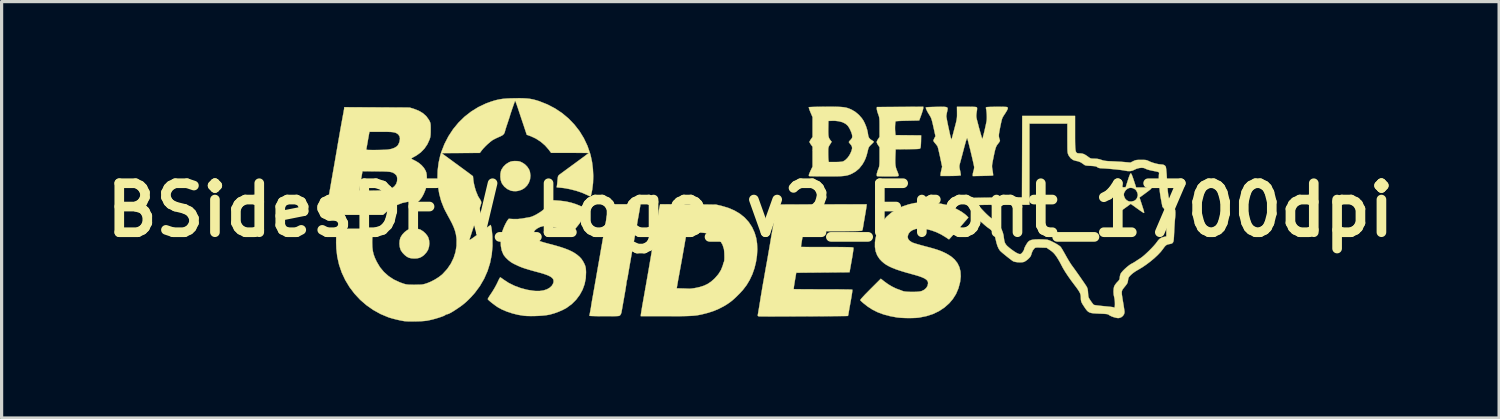
<source format=kicad_pcb>
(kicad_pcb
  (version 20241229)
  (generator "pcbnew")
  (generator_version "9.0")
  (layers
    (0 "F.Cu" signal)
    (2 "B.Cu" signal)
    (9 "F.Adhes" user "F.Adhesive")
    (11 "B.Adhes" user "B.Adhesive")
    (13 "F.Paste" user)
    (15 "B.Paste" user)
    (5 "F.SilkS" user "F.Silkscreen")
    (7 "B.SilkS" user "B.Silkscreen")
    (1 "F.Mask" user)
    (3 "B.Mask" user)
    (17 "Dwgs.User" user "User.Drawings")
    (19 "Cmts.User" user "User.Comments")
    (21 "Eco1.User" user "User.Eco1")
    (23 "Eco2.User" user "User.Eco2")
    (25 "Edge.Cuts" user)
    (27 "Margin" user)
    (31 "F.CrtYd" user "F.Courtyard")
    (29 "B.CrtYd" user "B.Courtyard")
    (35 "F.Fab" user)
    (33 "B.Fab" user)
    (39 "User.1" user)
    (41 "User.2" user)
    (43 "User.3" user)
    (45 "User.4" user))
  (footprint "BSidesDFW_Logo_v2_Front_1700dpi"
    (layer "F.Cu")
    (at 20.291 3.484)
    (property "Reference" "BSidesDFW_Logo_v2_Front_1700dpi" (at 0 0 0) (layer "F.SilkS") (effects (font (size 1.524 1.524) (thickness 0.3))))
    (attr through_hole)
    (fp_poly (pts (xy -7.243 -1.522) (xy -7.193 -1.515) (xy -7.146 -1.5) (xy -7.098 -1.477) (xy -7.013 -1.422) (xy -6.94 -1.348) (xy -6.885 -1.265) (xy -6.857 -1.191) (xy -6.842 -1.071) (xy -6.853 -0.958) (xy -6.889 -0.853) (xy -6.947 -0.762) (xy -7.024 -0.686) (xy -7.117 -0.63) (xy -7.226 -0.596) (xy -7.291 -0.588) (xy -7.36 -0.589) (xy -7.424 -0.597) (xy -7.451 -0.603) (xy -7.56 -0.654) (xy -7.651 -0.726) (xy -7.721 -0.818) (xy -7.742 -0.859) (xy -7.767 -0.94) (xy -7.777 -1.034) (xy -7.774 -1.13) (xy -7.757 -1.217) (xy -7.741 -1.259) (xy -7.682 -1.349) (xy -7.601 -1.428) (xy -7.508 -1.486) (xy -7.455 -1.507) (xy -7.404 -1.519) (xy -7.341 -1.524) (xy -7.31 -1.524) (xy -7.243 -1.522)) (stroke (width 0.01) (type solid)) (fill yes) (layer "F.SilkS"))
    (fp_poly (pts (xy -10.364 0.581) (xy -10.277 0.604) (xy -10.257 0.613) (xy -10.175 0.665) (xy -10.1 0.734) (xy -10.041 0.812) (xy -10.021 0.849) (xy -9.994 0.939) (xy -9.986 1.041) (xy -9.997 1.143) (xy -10.027 1.236) (xy -10.03 1.243) (xy -10.08 1.322) (xy -10.147 1.395) (xy -10.222 1.452) (xy -10.29 1.485) (xy -10.366 1.502) (xy -10.455 1.507) (xy -10.545 1.501) (xy -10.62 1.484) (xy -10.686 1.45) (xy -10.755 1.395) (xy -10.818 1.33) (xy -10.866 1.261) (xy -10.879 1.237) (xy -10.906 1.147) (xy -10.916 1.047) (xy -10.909 0.947) (xy -10.885 0.859) (xy -10.878 0.845) (xy -10.826 0.763) (xy -10.756 0.688) (xy -10.679 0.628) (xy -10.641 0.608) (xy -10.558 0.583) (xy -10.462 0.574) (xy -10.364 0.581)) (stroke (width 0.01) (type solid)) (fill yes) (layer "F.SilkS"))
    (fp_poly (pts (xy 5.378 -3.171) (xy 5.373 -3.142) (xy 5.359 -3.091) (xy 5.339 -3.027) (xy 5.315 -2.958) (xy 5.252 -2.787) (xy 4.891 -2.779) (xy 4.79 -2.777) (xy 4.699 -2.774) (xy 4.623 -2.771) (xy 4.565 -2.767) (xy 4.529 -2.764) (xy 4.521 -2.763) (xy 4.512 -2.74) (xy 4.506 -2.695) (xy 4.502 -2.634) (xy 4.5 -2.566) (xy 4.501 -2.498) (xy 4.504 -2.445) (xy 4.515 -2.331) (xy 4.913 -2.327) (xy 5.312 -2.323) (xy 5.309 -2.141) (xy 5.306 -2.067) (xy 5.302 -2.003) (xy 5.296 -1.954) (xy 5.29 -1.928) (xy 5.283 -1.919) (xy 5.273 -1.912) (xy 5.256 -1.906) (xy 5.228 -1.902) (xy 5.185 -1.899) (xy 5.124 -1.897) (xy 5.041 -1.896) (xy 4.934 -1.894) (xy 4.897 -1.894) (xy 4.52 -1.89) (xy 4.51 -1.666) (xy 4.507 -1.554) (xy 4.508 -1.464) (xy 4.514 -1.39) (xy 4.527 -1.325) (xy 4.547 -1.261) (xy 4.575 -1.193) (xy 4.576 -1.192) (xy 4.596 -1.14) (xy 4.609 -1.096) (xy 4.612 -1.07) (xy 4.612 -1.069) (xy 4.605 -1.061) (xy 4.59 -1.055) (xy 4.562 -1.051) (xy 4.518 -1.048) (xy 4.454 -1.047) (xy 4.367 -1.046) (xy 4.276 -1.046) (xy 4.18 -1.046) (xy 4.095 -1.048) (xy 4.023 -1.049) (xy 3.972 -1.052) (xy 3.943 -1.055) (xy 3.939 -1.056) (xy 3.93 -1.086) (xy 3.935 -1.138) (xy 3.956 -1.21) (xy 3.974 -1.26) (xy 3.99 -1.299) (xy 4.001 -1.333) (xy 4.009 -1.366) (xy 4.014 -1.404) (xy 4.017 -1.453) (xy 4.019 -1.518) (xy 4.019 -1.604) (xy 4.019 -1.662) (xy 4.019 -1.953) (xy 3.975 -2.019) (xy 3.949 -2.062) (xy 3.933 -2.099) (xy 3.93 -2.114) (xy 3.938 -2.143) (xy 3.959 -2.185) (xy 3.975 -2.21) (xy 4.019 -2.276) (xy 4.019 -2.571) (xy 4.019 -2.672) (xy 4.018 -2.749) (xy 4.016 -2.808) (xy 4.012 -2.853) (xy 4.006 -2.89) (xy 3.997 -2.925) (xy 3.984 -2.963) (xy 3.974 -2.99) (xy 3.953 -3.052) (xy 3.939 -3.109) (xy 3.932 -3.15) (xy 3.933 -3.159) (xy 3.937 -3.205) (xy 4.658 -3.209) (xy 5.379 -3.213) (xy 5.378 -3.171)) (stroke (width 0.01) (type solid)) (fill yes) (layer "F.SilkS"))
    (fp_poly (pts (xy -3.771 -0.179) (xy -3.659 -0.178) (xy -3.571 -0.177) (xy -3.506 -0.175) (xy -3.462 -0.172) (xy -3.434 -0.168) (xy -3.423 -0.163) (xy -3.422 -0.161) (xy -3.424 -0.14) (xy -3.431 -0.096) (xy -3.442 -0.032) (xy -3.455 0.045) (xy -3.467 0.112) (xy -3.483 0.203) (xy -3.499 0.289) (xy -3.512 0.365) (xy -3.522 0.423) (xy -3.526 0.448) (xy -3.536 0.506) (xy -3.549 0.577) (xy -3.562 0.642) (xy -3.571 0.69) (xy -3.585 0.761) (xy -3.601 0.85) (xy -3.619 0.95) (xy -3.638 1.056) (xy -3.647 1.106) (xy -3.668 1.224) (xy -3.69 1.35) (xy -3.712 1.474) (xy -3.732 1.59) (xy -3.749 1.686) (xy -3.752 1.703) (xy -3.768 1.794) (xy -3.783 1.883) (xy -3.797 1.962) (xy -3.807 2.024) (xy -3.811 2.047) (xy -3.821 2.105) (xy -3.832 2.158) (xy -3.84 2.187) (xy -3.851 2.234) (xy -3.855 2.271) (xy -3.857 2.295) (xy -3.865 2.345) (xy -3.876 2.416) (xy -3.89 2.504) (xy -3.908 2.605) (xy -3.927 2.714) (xy -3.929 2.728) (xy -3.949 2.838) (xy -3.967 2.941) (xy -3.983 3.031) (xy -3.996 3.106) (xy -4.006 3.16) (xy -4.011 3.189) (xy -4.012 3.191) (xy -4.028 3.236) (xy -4.05 3.269) (xy -4.059 3.279) (xy -4.07 3.286) (xy -4.086 3.291) (xy -4.111 3.296) (xy -4.147 3.298) (xy -4.198 3.3) (xy -4.268 3.301) (xy -4.359 3.302) (xy -4.476 3.302) (xy -4.543 3.302) (xy -4.666 3.302) (xy -4.774 3.3) (xy -4.865 3.298) (xy -4.936 3.296) (xy -4.983 3.293) (xy -5.004 3.289) (xy -5.005 3.288) (xy -5.003 3.268) (xy -4.995 3.227) (xy -4.985 3.172) (xy -4.982 3.158) (xy -4.97 3.094) (xy -4.959 3.035) (xy -4.953 2.992) (xy -4.952 2.988) (xy -4.948 2.957) (xy -4.939 2.902) (xy -4.927 2.83) (xy -4.912 2.744) (xy -4.895 2.652) (xy -4.895 2.652) (xy -4.885 2.593) (xy -4.87 2.508) (xy -4.85 2.399) (xy -4.828 2.269) (xy -4.801 2.12) (xy -4.773 1.956) (xy -4.742 1.779) (xy -4.709 1.593) (xy -4.675 1.399) (xy -4.641 1.201) (xy -4.622 1.095) (xy -4.4 -0.179) (xy -3.911 -0.179) (xy -3.771 -0.179)) (stroke (width 0.01) (type solid)) (fill yes) (layer "F.SilkS"))
    (fp_poly (pts (xy 11.848 -1.131) (xy 11.867 -1.092) (xy 11.892 -1.027) (xy 11.924 -0.935) (xy 11.928 -0.923) (xy 12 -0.702) (xy 12.238 -0.702) (xy 12.331 -0.702) (xy 12.398 -0.7) (xy 12.443 -0.697) (xy 12.467 -0.691) (xy 12.476 -0.684) (xy 12.476 -0.683) (xy 12.473 -0.674) (xy 12.463 -0.661) (xy 12.444 -0.642) (xy 12.411 -0.616) (xy 12.362 -0.578) (xy 12.294 -0.528) (xy 12.22 -0.473) (xy 12.105 -0.39) (xy 12.179 -0.164) (xy 12.208 -0.073) (xy 12.229 -0.007) (xy 12.242 0.038) (xy 12.248 0.067) (xy 12.249 0.082) (xy 12.245 0.089) (xy 12.239 0.09) (xy 12.223 0.081) (xy 12.187 0.058) (xy 12.136 0.024) (xy 12.074 -0.02) (xy 12.029 -0.052) (xy 11.833 -0.193) (xy 11.648 -0.059) (xy 11.56 0.003) (xy 11.493 0.046) (xy 11.448 0.069) (xy 11.423 0.074) (xy 11.418 0.06) (xy 11.421 0.052) (xy 11.429 0.028) (xy 11.444 -0.017) (xy 11.462 -0.076) (xy 11.484 -0.143) (xy 11.505 -0.212) (xy 11.525 -0.277) (xy 11.541 -0.33) (xy 11.552 -0.366) (xy 11.555 -0.379) (xy 11.545 -0.392) (xy 11.514 -0.419) (xy 11.468 -0.457) (xy 11.431 -0.486) (xy 11.616 -0.486) (xy 11.621 -0.446) (xy 11.625 -0.429) (xy 11.657 -0.356) (xy 11.708 -0.303) (xy 11.772 -0.271) (xy 11.846 -0.263) (xy 11.923 -0.281) (xy 11.962 -0.301) (xy 11.997 -0.328) (xy 12.023 -0.368) (xy 12.045 -0.427) (xy 12.051 -0.446) (xy 12.051 -0.489) (xy 12.036 -0.544) (xy 12.01 -0.597) (xy 11.978 -0.638) (xy 11.972 -0.642) (xy 11.932 -0.666) (xy 11.882 -0.686) (xy 11.875 -0.688) (xy 11.806 -0.692) (xy 11.74 -0.67) (xy 11.682 -0.624) (xy 11.642 -0.566) (xy 11.622 -0.521) (xy 11.616 -0.486) (xy 11.431 -0.486) (xy 11.41 -0.502) (xy 11.385 -0.521) (xy 11.323 -0.569) (xy 11.271 -0.612) (xy 11.232 -0.648) (xy 11.211 -0.671) (xy 11.209 -0.676) (xy 11.209 -0.685) (xy 11.218 -0.693) (xy 11.239 -0.698) (xy 11.277 -0.701) (xy 11.335 -0.703) (xy 11.418 -0.705) (xy 11.439 -0.706) (xy 11.675 -0.71) (xy 11.743 -0.926) (xy 11.774 -1.021) (xy 11.799 -1.088) (xy 11.819 -1.128) (xy 11.833 -1.143) (xy 11.834 -1.143) (xy 11.848 -1.131)) (stroke (width 0.01) (type solid)) (fill yes) (layer "F.SilkS"))
    (fp_poly (pts (xy -1.937 -0.175) (xy -1.068 -0.169) (xy -0.904 -0.131) (xy -0.689 -0.068) (xy -0.496 0.014) (xy -0.324 0.116) (xy -0.175 0.236) (xy -0.049 0.376) (xy 0.054 0.533) (xy 0.133 0.707) (xy 0.181 0.868) (xy 0.208 1.038) (xy 0.216 1.223) (xy 0.205 1.417) (xy 0.175 1.614) (xy 0.128 1.807) (xy 0.064 1.991) (xy 0.058 2.005) (xy -0.024 2.179) (xy -0.117 2.334) (xy -0.228 2.479) (xy -0.321 2.582) (xy -0.427 2.688) (xy -0.52 2.775) (xy -0.608 2.848) (xy -0.696 2.911) (xy -0.789 2.97) (xy -0.814 2.984) (xy -0.977 3.07) (xy -1.135 3.137) (xy -1.302 3.192) (xy -1.369 3.21) (xy -1.444 3.229) (xy -1.512 3.246) (xy -1.576 3.259) (xy -1.639 3.271) (xy -1.706 3.28) (xy -1.778 3.287) (xy -1.859 3.292) (xy -1.952 3.296) (xy -2.06 3.299) (xy -2.187 3.301) (xy -2.335 3.301) (xy -2.508 3.302) (xy -2.626 3.302) (xy -3.407 3.302) (xy -3.407 3.269) (xy -3.404 3.244) (xy -3.397 3.195) (xy -3.386 3.128) (xy -3.373 3.048) (xy -3.362 2.981) (xy -3.306 2.665) (xy -3.265 2.434) (xy -2.29 2.434) (xy -2.112 2.439) (xy -2.039 2.441) (xy -1.973 2.444) (xy -1.923 2.446) (xy -1.898 2.447) (xy -1.866 2.446) (xy -1.815 2.44) (xy -1.752 2.431) (xy -1.727 2.427) (xy -1.573 2.394) (xy -1.441 2.352) (xy -1.326 2.297) (xy -1.221 2.226) (xy -1.119 2.136) (xy -1.105 2.122) (xy -0.995 1.996) (xy -0.914 1.866) (xy -0.86 1.732) (xy -0.85 1.696) (xy -0.838 1.65) (xy -0.825 1.617) (xy -0.82 1.607) (xy -0.813 1.585) (xy -0.809 1.54) (xy -0.807 1.479) (xy -0.808 1.41) (xy -0.81 1.339) (xy -0.815 1.273) (xy -0.821 1.22) (xy -0.824 1.207) (xy -0.865 1.079) (xy -0.931 0.968) (xy -1.02 0.874) (xy -1.132 0.799) (xy -1.265 0.744) (xy -1.31 0.731) (xy -1.362 0.72) (xy -1.431 0.711) (xy -1.511 0.703) (xy -1.599 0.696) (xy -1.688 0.691) (xy -1.773 0.688) (xy -1.851 0.687) (xy -1.916 0.688) (xy -1.962 0.692) (xy -1.985 0.698) (xy -1.987 0.701) (xy -1.99 0.725) (xy -1.998 0.777) (xy -2.01 0.855) (xy -2.028 0.956) (xy -2.049 1.08) (xy -2.075 1.225) (xy -2.104 1.389) (xy -2.136 1.57) (xy -2.172 1.767) (xy -2.21 1.977) (xy -2.234 2.107) (xy -2.249 2.189) (xy -2.262 2.264) (xy -2.273 2.327) (xy -2.28 2.37) (xy -2.282 2.379) (xy -2.29 2.434) (xy -3.265 2.434) (xy -3.255 2.378) (xy -3.21 2.118) (xy -3.169 1.886) (xy -3.134 1.681) (xy -3.103 1.501) (xy -3.077 1.347) (xy -3.055 1.217) (xy -3.037 1.112) (xy -3.024 1.029) (xy -3.016 0.979) (xy -3.006 0.914) (xy -2.992 0.828) (xy -2.974 0.726) (xy -2.955 0.617) (xy -2.935 0.507) (xy -2.915 0.404) (xy -2.898 0.315) (xy -2.897 0.306) (xy -2.883 0.236) (xy -2.871 0.169) (xy -2.863 0.116) (xy -2.86 0.097) (xy -2.854 0.052) (xy -2.843 -0.009) (xy -2.83 -0.072) (xy -2.806 -0.181) (xy -1.937 -0.175)) (stroke (width 0.01) (type solid)) (fill yes) (layer "F.SilkS"))
    (fp_poly (pts (xy 2.619 -3.214) (xy 2.727 -3.211) (xy 2.817 -3.207) (xy 2.892 -3.2) (xy 2.955 -3.19) (xy 3.011 -3.177) (xy 3.063 -3.159) (xy 3.115 -3.138) (xy 3.165 -3.114) (xy 3.271 -3.049) (xy 3.374 -2.962) (xy 3.464 -2.861) (xy 3.515 -2.786) (xy 3.559 -2.7) (xy 3.6 -2.6) (xy 3.633 -2.497) (xy 3.653 -2.404) (xy 3.657 -2.376) (xy 3.669 -2.301) (xy 3.692 -2.246) (xy 3.73 -2.204) (xy 3.772 -2.175) (xy 3.81 -2.151) (xy 3.835 -2.131) (xy 3.84 -2.124) (xy 3.83 -2.109) (xy 3.803 -2.08) (xy 3.765 -2.043) (xy 3.76 -2.038) (xy 3.721 -2) (xy 3.695 -1.969) (xy 3.677 -1.935) (xy 3.663 -1.889) (xy 3.649 -1.829) (xy 3.618 -1.708) (xy 3.584 -1.608) (xy 3.543 -1.519) (xy 3.493 -1.432) (xy 3.478 -1.41) (xy 3.385 -1.293) (xy 3.275 -1.2) (xy 3.159 -1.133) (xy 3.11 -1.111) (xy 3.062 -1.093) (xy 3.013 -1.079) (xy 2.958 -1.068) (xy 2.894 -1.06) (xy 2.817 -1.054) (xy 2.723 -1.05) (xy 2.61 -1.048) (xy 2.472 -1.048) (xy 2.361 -1.048) (xy 2.24 -1.048) (xy 2.129 -1.049) (xy 2.03 -1.05) (xy 1.948 -1.052) (xy 1.885 -1.053) (xy 1.846 -1.055) (xy 1.835 -1.056) (xy 1.822 -1.064) (xy 1.819 -1.083) (xy 1.827 -1.115) (xy 1.847 -1.166) (xy 1.88 -1.238) (xy 1.885 -1.248) (xy 1.935 -1.352) (xy 1.935 -1.778) (xy 2.421 -1.778) (xy 2.422 -1.703) (xy 2.424 -1.633) (xy 2.427 -1.578) (xy 2.43 -1.55) (xy 2.439 -1.494) (xy 2.64 -1.494) (xy 2.743 -1.496) (xy 2.82 -1.501) (xy 2.872 -1.509) (xy 2.89 -1.515) (xy 2.955 -1.556) (xy 3.02 -1.619) (xy 3.079 -1.701) (xy 3.117 -1.771) (xy 3.15 -1.852) (xy 3.165 -1.915) (xy 3.162 -1.966) (xy 3.141 -2.012) (xy 3.115 -2.045) (xy 3.086 -2.08) (xy 3.067 -2.107) (xy 3.063 -2.115) (xy 3.073 -2.132) (xy 3.097 -2.162) (xy 3.117 -2.183) (xy 3.151 -2.223) (xy 3.167 -2.257) (xy 3.17 -2.3) (xy 3.17 -2.301) (xy 3.161 -2.354) (xy 3.139 -2.421) (xy 3.107 -2.494) (xy 3.07 -2.564) (xy 3.031 -2.621) (xy 3.026 -2.627) (xy 2.956 -2.687) (xy 2.864 -2.733) (xy 2.751 -2.763) (xy 2.623 -2.777) (xy 2.547 -2.776) (xy 2.428 -2.772) (xy 2.424 -2.537) (xy 2.423 -2.436) (xy 2.425 -2.36) (xy 2.43 -2.302) (xy 2.441 -2.257) (xy 2.457 -2.22) (xy 2.481 -2.184) (xy 2.497 -2.164) (xy 2.529 -2.125) (xy 2.475 -2.037) (xy 2.451 -1.998) (xy 2.436 -1.967) (xy 2.427 -1.936) (xy 2.422 -1.897) (xy 2.421 -1.842) (xy 2.421 -1.778) (xy 1.935 -1.778) (xy 1.935 -1.969) (xy 1.886 -2.036) (xy 1.859 -2.077) (xy 1.842 -2.108) (xy 1.838 -2.12) (xy 1.846 -2.14) (xy 1.867 -2.175) (xy 1.886 -2.205) (xy 1.935 -2.274) (xy 1.935 -2.891) (xy 1.871 -3.039) (xy 1.846 -3.101) (xy 1.828 -3.152) (xy 1.819 -3.187) (xy 1.819 -3.2) (xy 1.836 -3.202) (xy 1.88 -3.205) (xy 1.946 -3.208) (xy 2.032 -3.21) (xy 2.133 -3.212) (xy 2.246 -3.213) (xy 2.331 -3.214) (xy 2.488 -3.215) (xy 2.619 -3.214)) (stroke (width 0.01) (type solid)) (fill yes) (layer "F.SilkS"))
    (fp_poly (pts (xy 5.591 -0.235) (xy 5.767 -0.22) (xy 5.936 -0.195) (xy 6.089 -0.161) (xy 6.108 -0.155) (xy 6.233 -0.113) (xy 6.359 -0.06) (xy 6.48 0.002) (xy 6.59 0.068) (xy 6.682 0.135) (xy 6.741 0.189) (xy 6.781 0.232) (xy 6.651 0.382) (xy 6.599 0.443) (xy 6.539 0.512) (xy 6.475 0.584) (xy 6.41 0.657) (xy 6.348 0.727) (xy 6.291 0.79) (xy 6.243 0.843) (xy 6.206 0.884) (xy 6.184 0.907) (xy 6.179 0.911) (xy 6.165 0.904) (xy 6.133 0.883) (xy 6.089 0.853) (xy 6.072 0.842) (xy 5.933 0.758) (xy 5.787 0.688) (xy 5.639 0.634) (xy 5.493 0.596) (xy 5.355 0.576) (xy 5.229 0.575) (xy 5.139 0.589) (xy 5.042 0.625) (xy 4.968 0.675) (xy 4.919 0.739) (xy 4.896 0.814) (xy 4.894 0.84) (xy 4.908 0.899) (xy 4.951 0.953) (xy 5.019 1) (xy 5.05 1.014) (xy 5.086 1.027) (xy 5.145 1.046) (xy 5.222 1.069) (xy 5.312 1.094) (xy 5.408 1.12) (xy 5.433 1.127) (xy 5.575 1.164) (xy 5.692 1.197) (xy 5.791 1.227) (xy 5.875 1.256) (xy 5.95 1.285) (xy 6.021 1.317) (xy 6.093 1.352) (xy 6.098 1.354) (xy 6.239 1.44) (xy 6.354 1.539) (xy 6.441 1.65) (xy 6.502 1.775) (xy 6.536 1.913) (xy 6.544 2.065) (xy 6.525 2.231) (xy 6.523 2.244) (xy 6.472 2.435) (xy 6.397 2.611) (xy 6.296 2.77) (xy 6.186 2.899) (xy 6.035 3.033) (xy 5.867 3.144) (xy 5.681 3.233) (xy 5.477 3.299) (xy 5.252 3.344) (xy 5.238 3.346) (xy 5.155 3.354) (xy 5.052 3.358) (xy 4.936 3.36) (xy 4.817 3.358) (xy 4.704 3.353) (xy 4.606 3.345) (xy 4.557 3.339) (xy 4.337 3.298) (xy 4.14 3.245) (xy 3.962 3.179) (xy 3.799 3.098) (xy 3.646 2.999) (xy 3.519 2.899) (xy 3.475 2.861) (xy 3.44 2.828) (xy 3.421 2.806) (xy 3.419 2.804) (xy 3.426 2.787) (xy 3.454 2.751) (xy 3.504 2.696) (xy 3.575 2.62) (xy 3.669 2.525) (xy 3.733 2.46) (xy 4.058 2.136) (xy 4.178 2.23) (xy 4.288 2.309) (xy 4.407 2.38) (xy 4.525 2.438) (xy 4.617 2.473) (xy 4.668 2.49) (xy 4.711 2.507) (xy 4.729 2.515) (xy 4.769 2.528) (xy 4.833 2.537) (xy 4.913 2.543) (xy 5.002 2.546) (xy 5.093 2.546) (xy 5.18 2.542) (xy 5.257 2.535) (xy 5.315 2.524) (xy 5.328 2.52) (xy 5.409 2.48) (xy 5.472 2.423) (xy 5.513 2.354) (xy 5.528 2.278) (xy 5.528 2.275) (xy 5.522 2.231) (xy 5.501 2.192) (xy 5.463 2.156) (xy 5.406 2.121) (xy 5.327 2.086) (xy 5.224 2.05) (xy 5.095 2.012) (xy 5.035 1.996) (xy 4.844 1.943) (xy 4.679 1.893) (xy 4.538 1.846) (xy 4.418 1.799) (xy 4.316 1.752) (xy 4.228 1.703) (xy 4.153 1.65) (xy 4.087 1.593) (xy 4.027 1.53) (xy 4.016 1.516) (xy 3.946 1.41) (xy 3.899 1.287) (xy 3.876 1.149) (xy 3.877 1) (xy 3.891 0.899) (xy 3.928 0.738) (xy 3.977 0.596) (xy 4.043 0.464) (xy 4.117 0.351) (xy 4.236 0.21) (xy 4.378 0.086) (xy 4.542 -0.021) (xy 4.725 -0.109) (xy 4.925 -0.176) (xy 5.106 -0.217) (xy 5.252 -0.234) (xy 5.416 -0.24) (xy 5.591 -0.235)) (stroke (width 0.01) (type solid)) (fill yes) (layer "F.SilkS"))
    (fp_poly (pts (xy 3.616 -0.146) (xy 3.613 -0.121) (xy 3.606 -0.072) (xy 3.596 -0.004) (xy 3.582 0.079) (xy 3.566 0.171) (xy 3.562 0.194) (xy 3.546 0.29) (xy 3.53 0.38) (xy 3.517 0.458) (xy 3.507 0.519) (xy 3.501 0.556) (xy 3.501 0.56) (xy 3.492 0.603) (xy 3.48 0.634) (xy 3.477 0.639) (xy 3.468 0.643) (xy 3.445 0.646) (xy 3.408 0.649) (xy 3.354 0.652) (xy 3.28 0.654) (xy 3.187 0.655) (xy 3.071 0.656) (xy 2.93 0.657) (xy 2.764 0.657) (xy 2.569 0.657) (xy 2.562 0.657) (xy 2.375 0.657) (xy 2.215 0.658) (xy 2.082 0.658) (xy 1.971 0.659) (xy 1.881 0.66) (xy 1.81 0.661) (xy 1.756 0.663) (xy 1.716 0.665) (xy 1.688 0.668) (xy 1.67 0.671) (xy 1.659 0.675) (xy 1.654 0.68) (xy 1.653 0.684) (xy 1.646 0.712) (xy 1.636 0.761) (xy 1.625 0.824) (xy 1.612 0.894) (xy 1.6 0.966) (xy 1.589 1.033) (xy 1.581 1.09) (xy 1.576 1.129) (xy 1.575 1.146) (xy 1.575 1.146) (xy 1.59 1.147) (xy 1.633 1.148) (xy 1.7 1.149) (xy 1.789 1.15) (xy 1.897 1.151) (xy 2.02 1.151) (xy 2.158 1.151) (xy 2.306 1.151) (xy 2.389 1.151) (xy 2.567 1.151) (xy 2.717 1.151) (xy 2.841 1.152) (xy 2.943 1.153) (xy 3.024 1.154) (xy 3.086 1.155) (xy 3.133 1.158) (xy 3.166 1.16) (xy 3.188 1.164) (xy 3.201 1.168) (xy 3.207 1.173) (xy 3.208 1.174) (xy 3.207 1.195) (xy 3.203 1.241) (xy 3.193 1.308) (xy 3.181 1.391) (xy 3.165 1.486) (xy 3.151 1.566) (xy 3.085 1.935) (xy 2.256 1.942) (xy 1.427 1.95) (xy 1.384 2.201) (xy 1.371 2.284) (xy 1.359 2.356) (xy 1.352 2.412) (xy 1.348 2.448) (xy 1.348 2.459) (xy 1.364 2.46) (xy 1.407 2.461) (xy 1.475 2.462) (xy 1.565 2.463) (xy 1.674 2.464) (xy 1.8 2.465) (xy 1.941 2.465) (xy 2.093 2.466) (xy 2.254 2.466) (xy 2.261 2.466) (xy 2.422 2.466) (xy 2.575 2.466) (xy 2.716 2.467) (xy 2.843 2.468) (xy 2.953 2.47) (xy 3.043 2.471) (xy 3.112 2.473) (xy 3.156 2.475) (xy 3.173 2.477) (xy 3.173 2.477) (xy 3.173 2.497) (xy 3.168 2.545) (xy 3.157 2.62) (xy 3.141 2.72) (xy 3.119 2.844) (xy 3.093 2.988) (xy 3.079 3.064) (xy 3.067 3.135) (xy 3.057 3.193) (xy 3.052 3.224) (xy 3.045 3.264) (xy 3.037 3.29) (xy 3.035 3.293) (xy 3.019 3.294) (xy 2.975 3.296) (xy 2.907 3.297) (xy 2.816 3.298) (xy 2.706 3.299) (xy 2.578 3.3) (xy 2.436 3.302) (xy 2.283 3.303) (xy 2.119 3.304) (xy 1.949 3.305) (xy 1.775 3.306) (xy 1.598 3.307) (xy 1.423 3.307) (xy 1.251 3.308) (xy 1.085 3.309) (xy 0.927 3.309) (xy 0.78 3.309) (xy 0.647 3.31) (xy 0.53 3.309) (xy 0.432 3.309) (xy 0.355 3.309) (xy 0.302 3.308) (xy 0.275 3.307) (xy 0.273 3.307) (xy 0.241 3.299) (xy 0.23 3.283) (xy 0.232 3.26) (xy 0.238 3.227) (xy 0.247 3.174) (xy 0.257 3.111) (xy 0.261 3.093) (xy 0.272 3.026) (xy 0.286 2.941) (xy 0.301 2.85) (xy 0.313 2.772) (xy 0.327 2.684) (xy 0.346 2.574) (xy 0.367 2.446) (xy 0.391 2.307) (xy 0.417 2.163) (xy 0.442 2.02) (xy 0.462 1.905) (xy 0.487 1.765) (xy 0.513 1.623) (xy 0.538 1.483) (xy 0.561 1.348) (xy 0.583 1.224) (xy 0.602 1.113) (xy 0.618 1.02) (xy 0.63 0.95) (xy 0.636 0.911) (xy 0.645 0.855) (xy 0.658 0.777) (xy 0.675 0.685) (xy 0.693 0.585) (xy 0.71 0.493) (xy 0.727 0.396) (xy 0.744 0.302) (xy 0.759 0.217) (xy 0.771 0.149) (xy 0.778 0.105) (xy 0.79 0.035) (xy 0.803 -0.04) (xy 0.811 -0.082) (xy 0.829 -0.172) (xy 2.223 -0.176) (xy 3.616 -0.179) (xy 3.616 -0.146)) (stroke (width 0.01) (type solid)) (fill yes) (layer "F.SilkS"))
    (fp_poly (pts (xy -10.601 -3.189) (xy -10.466 -3.148) (xy -10.314 -3.088) (xy -10.185 -3.012) (xy -10.081 -2.919) (xy -10.002 -2.81) (xy -9.987 -2.783) (xy -9.969 -2.747) (xy -9.957 -2.715) (xy -9.95 -2.682) (xy -9.946 -2.64) (xy -9.944 -2.581) (xy -9.944 -2.501) (xy -9.944 -2.495) (xy -9.945 -2.407) (xy -9.948 -2.341) (xy -9.954 -2.289) (xy -9.963 -2.245) (xy -9.978 -2.199) (xy -9.979 -2.196) (xy -10.047 -2.046) (xy -10.139 -1.911) (xy -10.253 -1.794) (xy -10.384 -1.699) (xy -10.427 -1.675) (xy -10.48 -1.646) (xy -10.521 -1.622) (xy -10.545 -1.606) (xy -10.548 -1.602) (xy -10.535 -1.591) (xy -10.501 -1.571) (xy -10.452 -1.546) (xy -10.427 -1.534) (xy -10.322 -1.472) (xy -10.228 -1.395) (xy -10.153 -1.309) (xy -10.1 -1.219) (xy -10.097 -1.211) (xy -10.082 -1.17) (xy -10.073 -1.128) (xy -10.067 -1.079) (xy -10.065 -1.014) (xy -10.064 -0.941) (xy -10.065 -0.858) (xy -10.068 -0.796) (xy -10.075 -0.745) (xy -10.086 -0.698) (xy -10.103 -0.644) (xy -10.106 -0.635) (xy -10.161 -0.502) (xy -10.221 -0.392) (xy -10.278 -0.318) (xy -10.323 -0.269) (xy -10.482 -0.269) (xy -10.659 -0.257) (xy -10.827 -0.221) (xy -10.988 -0.159) (xy -11.147 -0.071) (xy -11.305 0.046) (xy -11.342 0.077) (xy -11.427 0.149) (xy -13.208 0.149) (xy -13.208 0.109) (xy -13.205 0.081) (xy -13.198 0.03) (xy -13.186 -0.04) (xy -13.171 -0.122) (xy -13.157 -0.201) (xy -13.138 -0.299) (xy -13.12 -0.398) (xy -13.103 -0.49) (xy -13.089 -0.566) (xy -13.083 -0.605) (xy -13.08 -0.624) (xy -12.162 -0.624) (xy -12.162 -0.624) (xy -12.161 -0.616) (xy -12.153 -0.61) (xy -12.138 -0.606) (xy -12.11 -0.603) (xy -12.067 -0.601) (xy -12.005 -0.601) (xy -11.922 -0.601) (xy -11.814 -0.603) (xy -11.748 -0.604) (xy -11.613 -0.606) (xy -11.506 -0.609) (xy -11.421 -0.613) (xy -11.356 -0.617) (xy -11.307 -0.623) (xy -11.271 -0.63) (xy -11.258 -0.633) (xy -11.154 -0.677) (xy -11.074 -0.737) (xy -11.018 -0.811) (xy -10.989 -0.897) (xy -10.985 -0.982) (xy -10.992 -1.034) (xy -11.005 -1.069) (xy -11.029 -1.098) (xy -11.046 -1.114) (xy -11.076 -1.137) (xy -11.106 -1.157) (xy -11.139 -1.171) (xy -11.181 -1.183) (xy -11.234 -1.191) (xy -11.301 -1.197) (xy -11.388 -1.201) (xy -11.496 -1.203) (xy -11.63 -1.204) (xy -11.647 -1.204) (xy -12.066 -1.208) (xy -12.114 -0.929) (xy -12.13 -0.84) (xy -12.143 -0.759) (xy -12.153 -0.693) (xy -12.16 -0.646) (xy -12.162 -0.624) (xy -13.08 -0.624) (xy -13.074 -0.655) (xy -13.061 -0.73) (xy -13.045 -0.823) (xy -13.027 -0.93) (xy -13.006 -1.045) (xy -12.986 -1.163) (xy -12.984 -1.173) (xy -12.962 -1.296) (xy -12.94 -1.422) (xy -12.919 -1.543) (xy -12.9 -1.654) (xy -12.884 -1.747) (xy -12.872 -1.815) (xy -12.86 -1.885) (xy -11.948 -1.885) (xy -11.942 -1.878) (xy -11.924 -1.873) (xy -11.892 -1.87) (xy -11.841 -1.869) (xy -11.768 -1.868) (xy -11.674 -1.868) (xy -11.575 -1.869) (xy -11.476 -1.871) (xy -11.386 -1.874) (xy -11.312 -1.878) (xy -11.27 -1.882) (xy -11.163 -1.902) (xy -11.072 -1.935) (xy -11 -1.979) (xy -10.968 -2.011) (xy -10.946 -2.049) (xy -10.923 -2.101) (xy -10.913 -2.134) (xy -10.899 -2.219) (xy -10.911 -2.29) (xy -10.949 -2.347) (xy -10.971 -2.366) (xy -11.001 -2.387) (xy -11.034 -2.403) (xy -11.074 -2.415) (xy -11.124 -2.424) (xy -11.189 -2.43) (xy -11.272 -2.433) (xy -11.377 -2.435) (xy -11.493 -2.435) (xy -11.848 -2.435) (xy -11.855 -2.402) (xy -11.86 -2.376) (xy -11.869 -2.326) (xy -11.881 -2.259) (xy -11.895 -2.182) (xy -11.901 -2.144) (xy -11.915 -2.064) (xy -11.928 -1.993) (xy -11.938 -1.937) (xy -11.945 -1.902) (xy -11.947 -1.894) (xy -11.948 -1.885) (xy -12.86 -1.885) (xy -12.853 -1.927) (xy -12.832 -2.053) (xy -12.808 -2.189) (xy -12.783 -2.33) (xy -12.759 -2.47) (xy -12.735 -2.604) (xy -12.713 -2.727) (xy -12.693 -2.835) (xy -12.677 -2.922) (xy -12.669 -2.966) (xy -12.655 -3.036) (xy -12.645 -3.098) (xy -12.637 -3.144) (xy -12.635 -3.164) (xy -12.633 -3.199) (xy -10.601 -3.189)) (stroke (width 0.01) (type solid)) (fill yes) (layer "F.SilkS"))
    (fp_poly (pts (xy -6.059 -0.3) (xy -5.98 -0.294) (xy -5.895 -0.286) (xy -5.81 -0.276) (xy -5.732 -0.265) (xy -5.708 -0.26) (xy -5.576 -0.23) (xy -5.441 -0.188) (xy -5.312 -0.138) (xy -5.196 -0.082) (xy -5.106 -0.027) (xy -5.064 0.003) (xy -5.126 0.117) (xy -5.164 0.186) (xy -5.211 0.264) (xy -5.258 0.337) (xy -5.267 0.351) (xy -5.302 0.4) (xy -5.346 0.458) (xy -5.396 0.521) (xy -5.447 0.583) (xy -5.497 0.642) (xy -5.541 0.691) (xy -5.576 0.727) (xy -5.598 0.746) (xy -5.601 0.747) (xy -5.619 0.741) (xy -5.656 0.723) (xy -5.708 0.697) (xy -5.754 0.674) (xy -5.832 0.636) (xy -5.925 0.596) (xy -6.016 0.56) (xy -6.052 0.547) (xy -6.197 0.507) (xy -6.326 0.49) (xy -6.442 0.498) (xy -6.548 0.529) (xy -6.554 0.532) (xy -6.642 0.579) (xy -6.704 0.632) (xy -6.74 0.693) (xy -6.753 0.766) (xy -6.753 0.777) (xy -6.748 0.82) (xy -6.731 0.857) (xy -6.699 0.892) (xy -6.65 0.924) (xy -6.582 0.955) (xy -6.491 0.987) (xy -6.375 1.021) (xy -6.253 1.054) (xy -6.067 1.103) (xy -5.907 1.15) (xy -5.77 1.196) (xy -5.653 1.242) (xy -5.552 1.289) (xy -5.465 1.339) (xy -5.387 1.393) (xy -5.386 1.394) (xy -5.309 1.459) (xy -5.25 1.525) (xy -5.2 1.602) (xy -5.165 1.67) (xy -5.143 1.72) (xy -5.129 1.764) (xy -5.12 1.811) (xy -5.115 1.871) (xy -5.112 1.931) (xy -5.12 2.119) (xy -5.156 2.301) (xy -5.219 2.476) (xy -5.308 2.639) (xy -5.42 2.789) (xy -5.554 2.923) (xy -5.709 3.037) (xy -5.714 3.041) (xy -5.828 3.103) (xy -5.96 3.161) (xy -6.1 3.212) (xy -6.238 3.251) (xy -6.268 3.257) (xy -6.353 3.271) (xy -6.461 3.283) (xy -6.582 3.291) (xy -6.708 3.296) (xy -6.833 3.297) (xy -6.946 3.295) (xy -7.042 3.288) (xy -7.052 3.286) (xy -7.227 3.258) (xy -7.403 3.214) (xy -7.571 3.159) (xy -7.723 3.095) (xy -7.825 3.041) (xy -7.881 3.006) (xy -7.943 2.962) (xy -8.006 2.915) (xy -8.066 2.868) (xy -8.116 2.826) (xy -8.152 2.792) (xy -8.168 2.771) (xy -8.168 2.77) (xy -8.162 2.753) (xy -8.142 2.716) (xy -8.11 2.665) (xy -8.069 2.605) (xy -8.062 2.595) (xy -8.009 2.513) (xy -7.952 2.418) (xy -7.901 2.324) (xy -7.871 2.264) (xy -7.841 2.199) (xy -7.814 2.145) (xy -7.793 2.108) (xy -7.782 2.092) (xy -7.782 2.092) (xy -7.765 2.1) (xy -7.732 2.123) (xy -7.688 2.154) (xy -7.677 2.163) (xy -7.519 2.266) (xy -7.339 2.355) (xy -7.145 2.427) (xy -6.942 2.481) (xy -6.736 2.513) (xy -6.679 2.517) (xy -6.549 2.517) (xy -6.431 2.499) (xy -6.327 2.465) (xy -6.24 2.415) (xy -6.174 2.353) (xy -6.133 2.279) (xy -6.127 2.262) (xy -6.12 2.207) (xy -6.13 2.158) (xy -6.161 2.114) (xy -6.214 2.073) (xy -6.29 2.034) (xy -6.393 1.996) (xy -6.522 1.956) (xy -6.552 1.948) (xy -6.65 1.921) (xy -6.726 1.901) (xy -6.786 1.884) (xy -6.837 1.87) (xy -6.884 1.856) (xy -6.934 1.841) (xy -6.97 1.83) (xy -7.04 1.808) (xy -7.109 1.783) (xy -7.166 1.761) (xy -7.179 1.755) (xy -7.233 1.731) (xy -7.298 1.7) (xy -7.356 1.673) (xy -7.441 1.624) (xy -7.526 1.559) (xy -7.604 1.485) (xy -7.664 1.41) (xy -7.684 1.378) (xy -7.733 1.259) (xy -7.76 1.122) (xy -7.765 0.97) (xy -7.748 0.806) (xy -7.733 0.729) (xy -7.714 0.659) (xy -7.683 0.577) (xy -7.647 0.491) (xy -7.607 0.411) (xy -7.57 0.345) (xy -7.553 0.32) (xy -7.516 0.272) (xy -7.37 0.28) (xy -7.236 0.28) (xy -7.105 0.265) (xy -7.082 0.261) (xy -7.011 0.248) (xy -6.943 0.237) (xy -6.889 0.227) (xy -6.873 0.225) (xy -6.802 0.206) (xy -6.717 0.169) (xy -6.625 0.119) (xy -6.531 0.06) (xy -6.443 -0.004) (xy -6.368 -0.07) (xy -6.362 -0.076) (xy -6.319 -0.126) (xy -6.279 -0.18) (xy -6.259 -0.216) (xy -6.236 -0.258) (xy -6.213 -0.289) (xy -6.202 -0.297) (xy -6.176 -0.302) (xy -6.126 -0.303) (xy -6.059 -0.3)) (stroke (width 0.01) (type solid)) (fill yes) (layer "F.SilkS"))
    (fp_poly (pts (xy 6.836 -3.212) (xy 6.914 -3.211) (xy 6.971 -3.209) (xy 7.009 -3.206) (xy 7.032 -3.201) (xy 7.045 -3.194) (xy 7.049 -3.189) (xy 7.053 -3.16) (xy 7.05 -3.109) (xy 7.041 -3.058) (xy 7.032 -2.995) (xy 7.028 -2.934) (xy 7.03 -2.891) (xy 7.036 -2.857) (xy 7.049 -2.802) (xy 7.067 -2.733) (xy 7.088 -2.653) (xy 7.11 -2.567) (xy 7.134 -2.481) (xy 7.157 -2.4) (xy 7.178 -2.327) (xy 7.195 -2.268) (xy 7.208 -2.228) (xy 7.215 -2.212) (xy 7.215 -2.211) (xy 7.222 -2.225) (xy 7.233 -2.263) (xy 7.247 -2.319) (xy 7.265 -2.389) (xy 7.284 -2.468) (xy 7.302 -2.549) (xy 7.32 -2.629) (xy 7.335 -2.701) (xy 7.347 -2.76) (xy 7.351 -2.785) (xy 7.355 -2.833) (xy 7.356 -2.897) (xy 7.354 -2.968) (xy 7.349 -3.039) (xy 7.342 -3.102) (xy 7.334 -3.149) (xy 7.327 -3.171) (xy 7.329 -3.19) (xy 7.338 -3.199) (xy 7.358 -3.203) (xy 7.403 -3.206) (xy 7.467 -3.209) (xy 7.544 -3.21) (xy 7.628 -3.212) (xy 7.715 -3.212) (xy 7.798 -3.212) (xy 7.873 -3.211) (xy 7.933 -3.209) (xy 7.972 -3.206) (xy 7.985 -3.203) (xy 8.003 -3.191) (xy 8.009 -3.17) (xy 8.001 -3.138) (xy 7.979 -3.092) (xy 7.94 -3.028) (xy 7.885 -2.944) (xy 7.878 -2.933) (xy 7.859 -2.902) (xy 7.842 -2.87) (xy 7.828 -2.832) (xy 7.814 -2.782) (xy 7.799 -2.715) (xy 7.78 -2.625) (xy 7.772 -2.585) (xy 7.753 -2.487) (xy 7.74 -2.414) (xy 7.732 -2.358) (xy 7.73 -2.314) (xy 7.732 -2.276) (xy 7.74 -2.239) (xy 7.753 -2.197) (xy 7.764 -2.165) (xy 7.758 -2.14) (xy 7.734 -2.101) (xy 7.706 -2.065) (xy 7.683 -2.036) (xy 7.664 -2.007) (xy 7.647 -1.974) (xy 7.631 -1.932) (xy 7.615 -1.878) (xy 7.598 -1.809) (xy 7.579 -1.719) (xy 7.556 -1.606) (xy 7.543 -1.541) (xy 7.529 -1.466) (xy 7.52 -1.412) (xy 7.517 -1.368) (xy 7.519 -1.324) (xy 7.526 -1.273) (xy 7.534 -1.227) (xy 7.544 -1.165) (xy 7.55 -1.115) (xy 7.552 -1.084) (xy 7.551 -1.077) (xy 7.535 -1.074) (xy 7.493 -1.072) (xy 7.431 -1.069) (xy 7.352 -1.066) (xy 7.261 -1.064) (xy 7.231 -1.063) (xy 6.918 -1.057) (xy 6.918 -1.102) (xy 6.923 -1.145) (xy 6.936 -1.196) (xy 6.94 -1.21) (xy 6.955 -1.266) (xy 6.962 -1.324) (xy 6.963 -1.334) (xy 6.959 -1.359) (xy 6.949 -1.409) (xy 6.934 -1.478) (xy 6.915 -1.562) (xy 6.893 -1.657) (xy 6.869 -1.757) (xy 6.845 -1.86) (xy 6.82 -1.959) (xy 6.797 -2.05) (xy 6.777 -2.129) (xy 6.76 -2.191) (xy 6.748 -2.232) (xy 6.747 -2.234) (xy 6.742 -2.237) (xy 6.733 -2.224) (xy 6.721 -2.192) (xy 6.704 -2.14) (xy 6.683 -2.064) (xy 6.655 -1.963) (xy 6.622 -1.836) (xy 6.618 -1.823) (xy 6.592 -1.723) (xy 6.567 -1.629) (xy 6.545 -1.547) (xy 6.527 -1.481) (xy 6.515 -1.436) (xy 6.512 -1.423) (xy 6.502 -1.376) (xy 6.503 -1.329) (xy 6.513 -1.274) (xy 6.526 -1.216) (xy 6.536 -1.16) (xy 6.54 -1.134) (xy 6.547 -1.08) (xy 6.476 -1.071) (xy 6.437 -1.067) (xy 6.375 -1.064) (xy 6.297 -1.062) (xy 6.21 -1.061) (xy 6.161 -1.061) (xy 5.917 -1.061) (xy 5.917 -1.102) (xy 5.92 -1.137) (xy 5.929 -1.19) (xy 5.942 -1.246) (xy 5.966 -1.348) (xy 5.903 -1.649) (xy 5.882 -1.742) (xy 5.863 -1.826) (xy 5.847 -1.896) (xy 5.833 -1.948) (xy 5.824 -1.977) (xy 5.823 -1.98) (xy 5.805 -2.007) (xy 5.774 -2.047) (xy 5.75 -2.075) (xy 5.719 -2.113) (xy 5.698 -2.144) (xy 5.693 -2.157) (xy 5.699 -2.18) (xy 5.716 -2.217) (xy 5.725 -2.236) (xy 5.758 -2.298) (xy 5.718 -2.482) (xy 5.692 -2.598) (xy 5.672 -2.688) (xy 5.655 -2.757) (xy 5.64 -2.811) (xy 5.626 -2.852) (xy 5.612 -2.886) (xy 5.595 -2.916) (xy 5.576 -2.947) (xy 5.574 -2.951) (xy 5.529 -3.023) (xy 5.494 -3.088) (xy 5.469 -3.142) (xy 5.458 -3.179) (xy 5.459 -3.193) (xy 5.477 -3.197) (xy 5.52 -3.201) (xy 5.584 -3.204) (xy 5.664 -3.207) (xy 5.756 -3.209) (xy 5.788 -3.21) (xy 5.902 -3.211) (xy 5.99 -3.212) (xy 6.054 -3.209) (xy 6.097 -3.202) (xy 6.123 -3.19) (xy 6.135 -3.171) (xy 6.136 -3.143) (xy 6.13 -3.105) (xy 6.12 -3.061) (xy 6.108 -3.003) (xy 6.099 -2.951) (xy 6.096 -2.918) (xy 6.096 -2.917) (xy 6.099 -2.891) (xy 6.108 -2.842) (xy 6.12 -2.775) (xy 6.136 -2.695) (xy 6.154 -2.607) (xy 6.174 -2.517) (xy 6.193 -2.43) (xy 6.21 -2.351) (xy 6.226 -2.285) (xy 6.238 -2.237) (xy 6.245 -2.213) (xy 6.245 -2.213) (xy 6.249 -2.205) (xy 6.253 -2.2) (xy 6.257 -2.202) (xy 6.262 -2.214) (xy 6.27 -2.238) (xy 6.281 -2.278) (xy 6.297 -2.337) (xy 6.318 -2.418) (xy 6.346 -2.524) (xy 6.352 -2.547) (xy 6.379 -2.649) (xy 6.399 -2.728) (xy 6.413 -2.791) (xy 6.422 -2.843) (xy 6.427 -2.891) (xy 6.429 -2.94) (xy 6.429 -2.997) (xy 6.429 -3.029) (xy 6.427 -3.212) (xy 6.731 -3.212) (xy 6.836 -3.212)) (stroke (width 0.01) (type solid)) (fill yes) (layer "F.SilkS"))
    (fp_poly (pts (xy -7.054 -3.476) (xy -6.948 -3.47) (xy -6.853 -3.459) (xy -6.763 -3.442) (xy -6.672 -3.418) (xy -6.574 -3.388) (xy -6.565 -3.385) (xy -6.313 -3.285) (xy -6.077 -3.162) (xy -5.857 -3.016) (xy -5.656 -2.848) (xy -5.476 -2.661) (xy -5.316 -2.457) (xy -5.18 -2.235) (xy -5.068 -1.999) (xy -4.982 -1.749) (xy -4.969 -1.703) (xy -4.925 -1.496) (xy -4.898 -1.278) (xy -4.887 -1.057) (xy -4.894 -0.842) (xy -4.919 -0.64) (xy -4.931 -0.575) (xy -4.945 -0.513) (xy -4.956 -0.462) (xy -4.965 -0.43) (xy -4.967 -0.421) (xy -4.982 -0.425) (xy -5.016 -0.44) (xy -5.064 -0.463) (xy -5.076 -0.469) (xy -5.238 -0.54) (xy -5.42 -0.601) (xy -5.612 -0.65) (xy -5.806 -0.685) (xy -5.907 -0.696) (xy -6.025 -0.707) (xy -6.015 -0.768) (xy -6.009 -0.814) (xy -6.003 -0.876) (xy -5.997 -0.942) (xy -5.996 -0.946) (xy -5.99 -1.006) (xy -5.983 -1.045) (xy -5.97 -1.071) (xy -5.95 -1.091) (xy -5.946 -1.095) (xy -5.925 -1.111) (xy -5.882 -1.143) (xy -5.821 -1.188) (xy -5.746 -1.243) (xy -5.658 -1.308) (xy -5.561 -1.379) (xy -5.464 -1.449) (xy -5.364 -1.523) (xy -5.272 -1.59) (xy -5.19 -1.65) (xy -5.123 -1.701) (xy -5.071 -1.74) (xy -5.038 -1.765) (xy -5.027 -1.775) (xy -5.027 -1.775) (xy -5.042 -1.775) (xy -5.084 -1.776) (xy -5.15 -1.777) (xy -5.235 -1.778) (xy -5.338 -1.778) (xy -5.454 -1.779) (xy -5.581 -1.779) (xy -5.614 -1.779) (xy -6.197 -1.779) (xy -6.273 -1.881) (xy -6.386 -2.01) (xy -6.52 -2.125) (xy -6.669 -2.222) (xy -6.825 -2.295) (xy -6.838 -2.3) (xy -6.955 -2.342) (xy -7.066 -2.676) (xy -7.103 -2.786) (xy -7.141 -2.9) (xy -7.178 -3.011) (xy -7.211 -3.111) (xy -7.238 -3.192) (xy -7.244 -3.209) (xy -7.268 -3.28) (xy -7.289 -3.338) (xy -7.306 -3.38) (xy -7.316 -3.399) (xy -7.318 -3.4) (xy -7.325 -3.384) (xy -7.339 -3.346) (xy -7.359 -3.291) (xy -7.382 -3.225) (xy -7.407 -3.154) (xy -7.43 -3.085) (xy -7.451 -3.022) (xy -7.468 -2.971) (xy -7.477 -2.939) (xy -7.478 -2.936) (xy -7.485 -2.911) (xy -7.5 -2.865) (xy -7.521 -2.802) (xy -7.545 -2.729) (xy -7.553 -2.704) (xy -7.579 -2.629) (xy -7.601 -2.56) (xy -7.618 -2.505) (xy -7.628 -2.471) (xy -7.629 -2.465) (xy -7.645 -2.408) (xy -7.669 -2.365) (xy -7.708 -2.329) (xy -7.766 -2.297) (xy -7.822 -2.273) (xy -7.891 -2.242) (xy -7.959 -2.208) (xy -8.016 -2.177) (xy -8.031 -2.167) (xy -8.096 -2.117) (xy -8.17 -2.053) (xy -8.245 -1.981) (xy -8.312 -1.91) (xy -8.362 -1.849) (xy -8.414 -1.778) (xy -9.01 -1.774) (xy -9.606 -1.771) (xy -9.192 -1.468) (xy -9.091 -1.394) (xy -8.994 -1.323) (xy -8.905 -1.258) (xy -8.827 -1.201) (xy -8.765 -1.155) (xy -8.721 -1.122) (xy -8.703 -1.109) (xy -8.629 -1.052) (xy -8.618 -0.941) (xy -8.608 -0.869) (xy -8.591 -0.785) (xy -8.569 -0.698) (xy -8.545 -0.616) (xy -8.521 -0.549) (xy -8.509 -0.522) (xy -8.493 -0.488) (xy -8.487 -0.465) (xy -8.487 -0.465) (xy -8.479 -0.446) (xy -8.459 -0.41) (xy -8.434 -0.371) (xy -8.398 -0.313) (xy -8.377 -0.271) (xy -8.37 -0.236) (xy -8.375 -0.201) (xy -8.381 -0.181) (xy -8.389 -0.155) (xy -8.406 -0.103) (xy -8.429 -0.031) (xy -8.459 0.059) (xy -8.493 0.163) (xy -8.53 0.278) (xy -8.569 0.396) (xy -8.608 0.515) (xy -8.644 0.625) (xy -8.676 0.724) (xy -8.702 0.806) (xy -8.723 0.87) (xy -8.736 0.913) (xy -8.741 0.93) (xy -8.741 0.93) (xy -8.729 0.929) (xy -8.698 0.912) (xy -8.648 0.879) (xy -8.583 0.833) (xy -8.505 0.775) (xy -8.444 0.728) (xy -8.373 0.674) (xy -8.298 0.619) (xy -8.229 0.568) (xy -8.185 0.537) (xy -8.076 0.462) (xy -8.057 0.541) (xy -8.05 0.585) (xy -8.041 0.651) (xy -8.033 0.731) (xy -8.026 0.816) (xy -8.025 0.839) (xy -8.021 1.116) (xy -8.045 1.385) (xy -8.097 1.646) (xy -8.176 1.897) (xy -8.282 2.137) (xy -8.414 2.364) (xy -8.572 2.577) (xy -8.686 2.704) (xy -8.781 2.801) (xy -8.868 2.881) (xy -8.957 2.954) (xy -9.056 3.025) (xy -9.122 3.07) (xy -9.224 3.137) (xy -9.305 3.186) (xy -9.367 3.219) (xy -9.413 3.237) (xy -9.44 3.242) (xy -9.474 3.253) (xy -9.487 3.264) (xy -9.512 3.28) (xy -9.559 3.301) (xy -9.626 3.325) (xy -9.704 3.351) (xy -9.79 3.377) (xy -9.878 3.401) (xy -9.963 3.421) (xy -10.038 3.437) (xy -10.072 3.443) (xy -10.147 3.451) (xy -10.244 3.458) (xy -10.353 3.462) (xy -10.466 3.464) (xy -10.576 3.464) (xy -10.673 3.462) (xy -10.75 3.456) (xy -10.758 3.456) (xy -10.817 3.446) (xy -10.895 3.431) (xy -10.985 3.411) (xy -11.077 3.388) (xy -11.163 3.365) (xy -11.234 3.344) (xy -11.258 3.336) (xy -11.502 3.234) (xy -11.731 3.107) (xy -11.944 2.958) (xy -12.139 2.789) (xy -12.314 2.601) (xy -12.469 2.396) (xy -12.601 2.177) (xy -12.71 1.945) (xy -12.793 1.703) (xy -12.85 1.451) (xy -12.878 1.203) (xy -12.885 1.019) (xy -12.883 0.841) (xy -12.873 0.681) (xy -12.871 0.661) (xy -12.862 0.583) (xy -12.288 0.583) (xy -12.139 0.583) (xy -12.018 0.583) (xy -11.921 0.584) (xy -11.847 0.586) (xy -11.792 0.588) (xy -11.753 0.591) (xy -11.729 0.594) (xy -11.717 0.599) (xy -11.714 0.604) (xy -11.718 0.629) (xy -11.727 0.672) (xy -11.739 0.72) (xy -11.752 0.784) (xy -11.76 0.864) (xy -11.763 0.964) (xy -11.763 1.016) (xy -11.759 1.151) (xy -11.745 1.268) (xy -11.72 1.376) (xy -11.68 1.486) (xy -11.624 1.606) (xy -11.524 1.775) (xy -11.401 1.924) (xy -11.257 2.053) (xy -11.091 2.162) (xy -10.903 2.249) (xy -10.817 2.28) (xy -10.768 2.296) (xy -10.725 2.308) (xy -10.682 2.315) (xy -10.633 2.32) (xy -10.57 2.322) (xy -10.487 2.323) (xy -10.444 2.323) (xy -10.351 2.322) (xy -10.282 2.321) (xy -10.228 2.318) (xy -10.184 2.312) (xy -10.142 2.302) (xy -10.095 2.288) (xy -10.055 2.275) (xy -9.935 2.226) (xy -9.811 2.161) (xy -9.694 2.087) (xy -9.592 2.008) (xy -9.565 1.982) (xy -9.427 1.83) (xy -9.315 1.665) (xy -9.23 1.489) (xy -9.171 1.304) (xy -9.14 1.113) (xy -9.138 0.918) (xy -9.143 0.857) (xy -9.16 0.748) (xy -9.188 0.641) (xy -9.228 0.53) (xy -9.283 0.41) (xy -9.355 0.273) (xy -9.361 0.262) (xy -9.407 0.179) (xy -9.452 0.094) (xy -9.494 0.015) (xy -9.526 -0.05) (xy -9.533 -0.066) (xy -9.616 -0.276) (xy -9.677 -0.502) (xy -9.716 -0.738) (xy -9.733 -0.981) (xy -9.727 -1.226) (xy -9.698 -1.466) (xy -9.646 -1.699) (xy -9.616 -1.798) (xy -9.515 -2.055) (xy -9.391 -2.295) (xy -9.245 -2.517) (xy -9.078 -2.72) (xy -8.891 -2.903) (xy -8.686 -3.063) (xy -8.464 -3.201) (xy -8.227 -3.314) (xy -8.068 -3.372) (xy -7.97 -3.403) (xy -7.879 -3.427) (xy -7.791 -3.445) (xy -7.699 -3.459) (xy -7.596 -3.468) (xy -7.477 -3.474) (xy -7.334 -3.477) (xy -7.325 -3.477) (xy -7.178 -3.479) (xy -7.054 -3.476)) (stroke (width 0.01) (type solid)) (fill yes) (layer "F.SilkS"))
    (fp_poly (pts (xy 10.1 -2.397) (xy 10.1 -2.243) (xy 10.101 -2.116) (xy 10.103 -2.014) (xy 10.107 -1.934) (xy 10.113 -1.873) (xy 10.122 -1.828) (xy 10.136 -1.798) (xy 10.154 -1.779) (xy 10.177 -1.768) (xy 10.206 -1.764) (xy 10.242 -1.763) (xy 10.259 -1.763) (xy 10.32 -1.757) (xy 10.379 -1.739) (xy 10.442 -1.703) (xy 10.503 -1.66) (xy 10.545 -1.629) (xy 10.578 -1.611) (xy 10.612 -1.602) (xy 10.658 -1.599) (xy 10.7 -1.599) (xy 10.788 -1.594) (xy 10.864 -1.579) (xy 10.914 -1.562) (xy 10.958 -1.547) (xy 11.003 -1.536) (xy 11.055 -1.528) (xy 11.121 -1.522) (xy 11.209 -1.518) (xy 11.239 -1.517) (xy 11.339 -1.512) (xy 11.446 -1.506) (xy 11.549 -1.5) (xy 11.636 -1.493) (xy 11.646 -1.492) (xy 11.824 -1.477) (xy 11.907 -1.519) (xy 11.947 -1.538) (xy 11.982 -1.55) (xy 12.021 -1.557) (xy 12.073 -1.561) (xy 12.145 -1.561) (xy 12.155 -1.561) (xy 12.231 -1.561) (xy 12.285 -1.558) (xy 12.325 -1.551) (xy 12.358 -1.54) (xy 12.386 -1.526) (xy 12.453 -1.496) (xy 12.533 -1.468) (xy 12.618 -1.444) (xy 12.697 -1.427) (xy 12.759 -1.42) (xy 12.763 -1.42) (xy 12.84 -1.412) (xy 12.892 -1.387) (xy 12.923 -1.347) (xy 12.923 -1.347) (xy 12.928 -1.319) (xy 12.935 -1.268) (xy 12.942 -1.198) (xy 12.949 -1.115) (xy 12.954 -1.031) (xy 12.964 -0.862) (xy 12.974 -0.719) (xy 12.984 -0.6) (xy 12.995 -0.503) (xy 13.007 -0.423) (xy 13.022 -0.358) (xy 13.038 -0.306) (xy 13.058 -0.262) (xy 13.08 -0.224) (xy 13.099 -0.199) (xy 13.146 -0.139) (xy 13.18 -0.087) (xy 13.203 -0.038) (xy 13.216 0.015) (xy 13.221 0.078) (xy 13.219 0.158) (xy 13.211 0.26) (xy 13.209 0.275) (xy 13.202 0.361) (xy 13.195 0.467) (xy 13.188 0.579) (xy 13.183 0.688) (xy 13.181 0.728) (xy 13.176 0.832) (xy 13.17 0.91) (xy 13.162 0.966) (xy 13.148 1.004) (xy 13.128 1.029) (xy 13.099 1.044) (xy 13.06 1.054) (xy 13.031 1.059) (xy 12.981 1.07) (xy 12.94 1.089) (xy 12.903 1.121) (xy 12.863 1.17) (xy 12.833 1.213) (xy 12.764 1.301) (xy 12.673 1.397) (xy 12.565 1.498) (xy 12.445 1.598) (xy 12.318 1.694) (xy 12.189 1.782) (xy 12.062 1.858) (xy 12.034 1.873) (xy 11.968 1.914) (xy 11.898 1.964) (xy 11.846 2.009) (xy 11.801 2.054) (xy 11.774 2.088) (xy 11.759 2.121) (xy 11.751 2.162) (xy 11.743 2.214) (xy 11.734 2.253) (xy 11.719 2.287) (xy 11.694 2.324) (xy 11.656 2.372) (xy 11.638 2.394) (xy 11.606 2.434) (xy 11.581 2.467) (xy 11.565 2.498) (xy 11.555 2.532) (xy 11.553 2.573) (xy 11.556 2.627) (xy 11.566 2.697) (xy 11.581 2.789) (xy 11.594 2.869) (xy 11.609 2.957) (xy 11.621 3.037) (xy 11.631 3.105) (xy 11.637 3.154) (xy 11.639 3.175) (xy 11.625 3.238) (xy 11.588 3.294) (xy 11.534 3.336) (xy 11.469 3.358) (xy 11.434 3.36) (xy 11.398 3.355) (xy 11.346 3.343) (xy 11.296 3.329) (xy 11.239 3.308) (xy 11.189 3.284) (xy 11.159 3.266) (xy 11.143 3.253) (xy 11.123 3.244) (xy 11.095 3.237) (xy 11.055 3.232) (xy 10.997 3.228) (xy 10.916 3.224) (xy 10.863 3.222) (xy 10.753 3.217) (xy 10.667 3.211) (xy 10.601 3.201) (xy 10.55 3.185) (xy 10.508 3.161) (xy 10.471 3.126) (xy 10.433 3.078) (xy 10.389 3.014) (xy 10.382 3.003) (xy 10.337 2.934) (xy 10.307 2.881) (xy 10.29 2.835) (xy 10.282 2.787) (xy 10.28 2.73) (xy 10.28 2.725) (xy 10.278 2.676) (xy 10.271 2.632) (xy 10.256 2.588) (xy 10.231 2.539) (xy 10.194 2.481) (xy 10.143 2.409) (xy 10.078 2.323) (xy 9.974 2.184) (xy 9.878 2.048) (xy 9.794 1.921) (xy 9.725 1.806) (xy 9.673 1.708) (xy 9.667 1.696) (xy 9.631 1.628) (xy 9.586 1.549) (xy 9.539 1.473) (xy 9.523 1.449) (xy 9.471 1.378) (xy 9.423 1.325) (xy 9.369 1.279) (xy 9.326 1.248) (xy 9.216 1.173) (xy 9.04 1.168) (xy 8.964 1.166) (xy 8.913 1.166) (xy 8.879 1.169) (xy 8.857 1.176) (xy 8.841 1.188) (xy 8.831 1.198) (xy 8.786 1.257) (xy 8.754 1.331) (xy 8.74 1.38) (xy 8.723 1.427) (xy 8.694 1.47) (xy 8.647 1.518) (xy 8.642 1.523) (xy 8.593 1.563) (xy 8.544 1.596) (xy 8.507 1.614) (xy 8.454 1.624) (xy 8.385 1.627) (xy 8.31 1.623) (xy 8.241 1.613) (xy 8.187 1.598) (xy 8.178 1.594) (xy 8.149 1.576) (xy 8.104 1.542) (xy 8.046 1.498) (xy 7.982 1.448) (xy 7.917 1.395) (xy 7.857 1.346) (xy 7.807 1.303) (xy 7.773 1.271) (xy 7.765 1.263) (xy 7.725 1.203) (xy 7.687 1.119) (xy 7.655 1.015) (xy 7.637 0.937) (xy 7.61 0.826) (xy 7.577 0.74) (xy 7.536 0.671) (xy 7.481 0.614) (xy 7.425 0.571) (xy 7.364 0.528) (xy 7.301 0.476) (xy 7.254 0.435) (xy 7.208 0.393) (xy 7.162 0.358) (xy 7.13 0.337) (xy 7.092 0.308) (xy 7.05 0.26) (xy 7.027 0.227) (xy 6.989 0.172) (xy 6.948 0.117) (xy 6.922 0.084) (xy 6.886 0.041) (xy 6.845 -0.015) (xy 6.812 -0.063) (xy 6.764 -0.151) (xy 6.763 -0.155) (xy 7.097 -0.155) (xy 7.107 -0.134) (xy 7.136 -0.097) (xy 7.178 -0.049) (xy 7.23 0.007) (xy 7.287 0.066) (xy 7.346 0.125) (xy 7.402 0.177) (xy 7.451 0.22) (xy 7.489 0.25) (xy 7.506 0.26) (xy 7.575 0.301) (xy 7.647 0.366) (xy 7.719 0.452) (xy 7.756 0.504) (xy 7.812 0.599) (xy 7.85 0.689) (xy 7.875 0.784) (xy 7.888 0.881) (xy 7.899 0.955) (xy 7.917 1.015) (xy 7.946 1.068) (xy 7.991 1.119) (xy 8.056 1.175) (xy 8.108 1.216) (xy 8.204 1.285) (xy 8.281 1.333) (xy 8.341 1.361) (xy 8.386 1.371) (xy 8.403 1.369) (xy 8.432 1.351) (xy 8.465 1.315) (xy 8.495 1.272) (xy 8.514 1.232) (xy 8.516 1.216) (xy 8.524 1.188) (xy 8.544 1.144) (xy 8.571 1.093) (xy 8.602 1.043) (xy 8.63 1.002) (xy 8.647 0.983) (xy 8.685 0.954) (xy 8.731 0.934) (xy 8.789 0.921) (xy 8.866 0.914) (xy 8.967 0.911) (xy 8.977 0.911) (xy 9.058 0.913) (xy 9.136 0.916) (xy 9.202 0.92) (xy 9.247 0.926) (xy 9.294 0.941) (xy 9.358 0.968) (xy 9.431 1.004) (xy 9.505 1.044) (xy 9.572 1.084) (xy 9.624 1.121) (xy 9.647 1.14) (xy 9.665 1.164) (xy 9.694 1.209) (xy 9.73 1.27) (xy 9.771 1.342) (xy 9.802 1.397) (xy 9.849 1.481) (xy 9.898 1.565) (xy 9.945 1.641) (xy 9.985 1.702) (xy 10.002 1.726) (xy 10.042 1.78) (xy 10.092 1.849) (xy 10.149 1.929) (xy 10.209 2.014) (xy 10.27 2.101) (xy 10.327 2.184) (xy 10.379 2.259) (xy 10.421 2.322) (xy 10.451 2.367) (xy 10.461 2.383) (xy 10.48 2.422) (xy 10.493 2.468) (xy 10.501 2.53) (xy 10.504 2.58) (xy 10.509 2.646) (xy 10.515 2.692) (xy 10.527 2.729) (xy 10.548 2.767) (xy 10.581 2.816) (xy 10.585 2.823) (xy 10.621 2.874) (xy 10.653 2.916) (xy 10.675 2.942) (xy 10.679 2.946) (xy 10.7 2.953) (xy 10.745 2.961) (xy 10.811 2.97) (xy 10.891 2.979) (xy 10.981 2.988) (xy 10.991 2.989) (xy 11.081 2.998) (xy 11.161 3.006) (xy 11.226 3.013) (xy 11.271 3.019) (xy 11.291 3.024) (xy 11.291 3.024) (xy 11.313 3.033) (xy 11.32 3.033) (xy 11.331 3.025) (xy 11.337 2.998) (xy 11.34 2.949) (xy 11.34 2.908) (xy 11.338 2.839) (xy 11.33 2.77) (xy 11.32 2.716) (xy 11.318 2.71) (xy 11.302 2.631) (xy 11.296 2.54) (xy 11.301 2.45) (xy 11.314 2.385) (xy 11.341 2.33) (xy 11.388 2.268) (xy 11.411 2.243) (xy 11.453 2.199) (xy 11.476 2.166) (xy 11.487 2.137) (xy 11.49 2.102) (xy 11.497 2.049) (xy 11.514 1.992) (xy 11.519 1.98) (xy 11.547 1.939) (xy 11.592 1.887) (xy 11.65 1.83) (xy 11.713 1.774) (xy 11.775 1.724) (xy 11.829 1.686) (xy 11.855 1.672) (xy 11.903 1.646) (xy 11.959 1.613) (xy 11.986 1.595) (xy 12.04 1.559) (xy 12.102 1.519) (xy 12.139 1.495) (xy 12.19 1.458) (xy 12.255 1.404) (xy 12.328 1.337) (xy 12.405 1.264) (xy 12.48 1.188) (xy 12.548 1.115) (xy 12.603 1.052) (xy 12.638 1.006) (xy 12.691 0.935) (xy 12.741 0.886) (xy 12.797 0.855) (xy 12.863 0.836) (xy 12.939 0.819) (xy 12.94 0.593) (xy 12.941 0.495) (xy 12.944 0.422) (xy 12.949 0.372) (xy 12.957 0.339) (xy 12.961 0.329) (xy 12.974 0.291) (xy 12.982 0.235) (xy 12.983 0.192) (xy 12.983 0.143) (xy 12.979 0.108) (xy 12.966 0.078) (xy 12.943 0.045) (xy 12.904 -0.002) (xy 12.901 -0.005) (xy 12.818 -0.102) (xy 12.773 -0.339) (xy 12.755 -0.443) (xy 12.739 -0.559) (xy 12.726 -0.68) (xy 12.715 -0.8) (xy 12.709 -0.912) (xy 12.706 -1.011) (xy 12.708 -1.089) (xy 12.711 -1.115) (xy 12.714 -1.141) (xy 12.714 -1.16) (xy 12.707 -1.173) (xy 12.688 -1.184) (xy 12.653 -1.194) (xy 12.598 -1.206) (xy 12.518 -1.221) (xy 12.498 -1.225) (xy 12.415 -1.244) (xy 12.347 -1.263) (xy 12.301 -1.282) (xy 12.291 -1.288) (xy 12.239 -1.309) (xy 12.17 -1.315) (xy 12.092 -1.307) (xy 12.012 -1.285) (xy 11.95 -1.256) (xy 11.884 -1.226) (xy 11.815 -1.212) (xy 11.738 -1.212) (xy 11.642 -1.228) (xy 11.624 -1.232) (xy 11.581 -1.239) (xy 11.515 -1.248) (xy 11.43 -1.258) (xy 11.335 -1.268) (xy 11.234 -1.277) (xy 11.135 -1.286) (xy 11.043 -1.293) (xy 10.964 -1.298) (xy 10.904 -1.3) (xy 10.89 -1.3) (xy 10.828 -1.313) (xy 10.794 -1.333) (xy 10.771 -1.349) (xy 10.743 -1.359) (xy 10.703 -1.366) (xy 10.646 -1.371) (xy 10.584 -1.375) (xy 10.51 -1.379) (xy 10.46 -1.383) (xy 10.424 -1.39) (xy 10.397 -1.401) (xy 10.372 -1.419) (xy 10.355 -1.432) (xy 10.276 -1.485) (xy 10.192 -1.518) (xy 10.128 -1.53) (xy 10.042 -1.557) (xy 9.969 -1.609) (xy 9.911 -1.682) (xy 9.898 -1.708) (xy 9.887 -1.731) (xy 9.879 -1.752) (xy 9.873 -1.776) (xy 9.868 -1.807) (xy 9.865 -1.847) (xy 9.863 -1.902) (xy 9.862 -1.973) (xy 9.862 -2.066) (xy 9.861 -2.183) (xy 9.861 -2.237) (xy 9.861 -2.689) (xy 8.681 -2.689) (xy 8.681 -0.164) (xy 7.889 -0.164) (xy 7.738 -0.164) (xy 7.597 -0.164) (xy 7.468 -0.163) (xy 7.354 -0.162) (xy 7.257 -0.161) (xy 7.181 -0.159) (xy 7.127 -0.158) (xy 7.1 -0.156) (xy 7.097 -0.155) (xy 6.763 -0.155) (xy 6.741 -0.227) (xy 6.745 -0.29) (xy 6.773 -0.338) (xy 6.794 -0.355) (xy 6.805 -0.36) (xy 6.82 -0.365) (xy 6.841 -0.37) (xy 6.871 -0.373) (xy 6.913 -0.376) (xy 6.968 -0.379) (xy 7.04 -0.381) (xy 7.13 -0.383) (xy 7.242 -0.384) (xy 7.377 -0.386) (xy 7.538 -0.387) (xy 7.642 -0.388) (xy 8.449 -0.396) (xy 8.453 -1.662) (xy 8.457 -2.928) (xy 10.1 -2.928) (xy 10.1 -2.397)) (stroke (width 0.01) (type solid)) (fill yes) (layer "F.SilkS")))
  (gr_rect
    (start -3 -3)
    (end 43.582 9.953)
    (stroke (width 0.1) (type default))
    (fill no)
    (layer "Edge.Cuts")))
</source>
